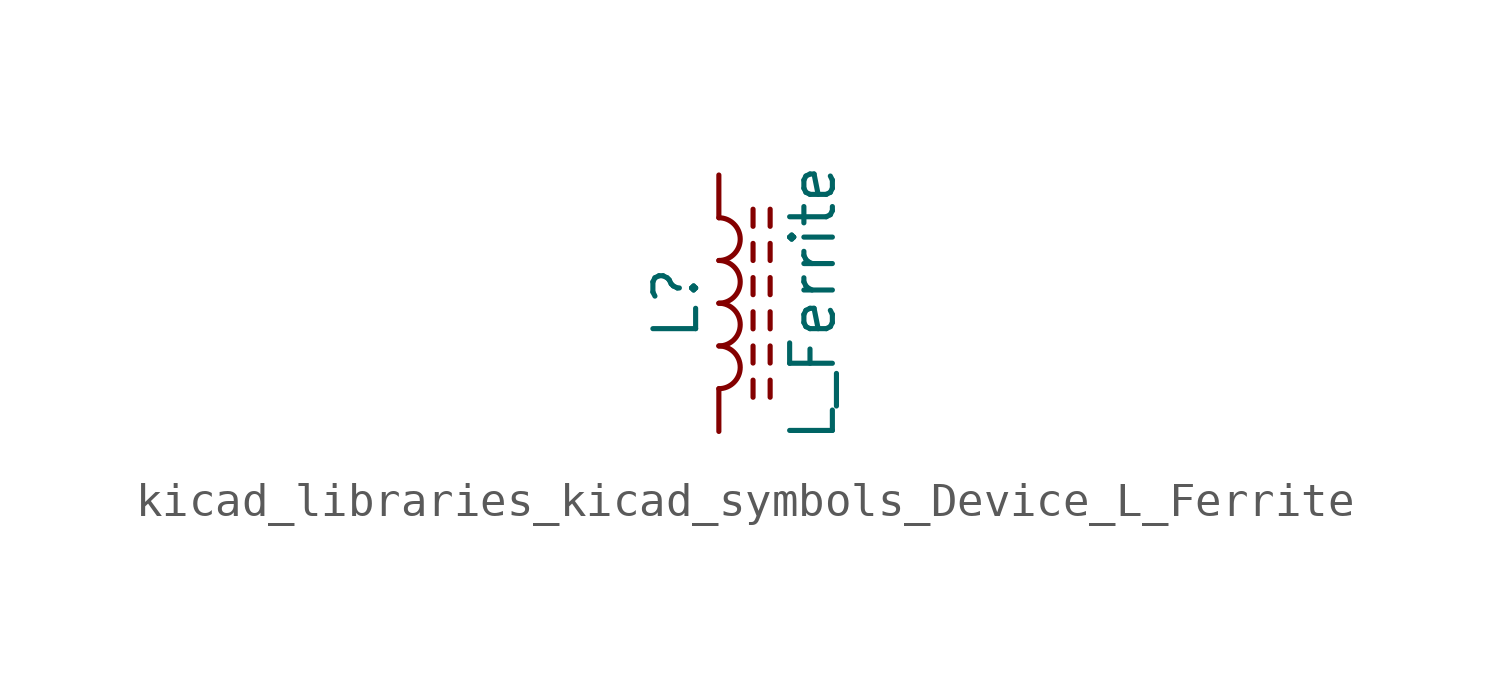
<source format=kicad_sym>
(kicad_symbol_lib
  (version 20220914)
  (generator kicad_symbol_editor)
  (symbol "kicad_libraries_kicad_symbols_Device_L_Ferrite"
    (pin_numbers hide)
    (pin_names
      (offset 1.016) hide)
    (property "Reference" "L"
      (at -1.27 0 90)
      (effects (font (size 1.27 1.27))))
    (property "Value" "L_Ferrite"
      (at 2.794 0 90)
      (effects (font (size 1.27 1.27))))
    (symbol "kicad_libraries_kicad_symbols_Device_L_Ferrite_0_1"
      (arc (start 0 -2.54) (mid 0.6323 -1.905) (end 0 -1.27) (stroke (width 0) (type default)) (fill (type none)))
      (arc (start 0 -1.27) (mid 0.6323 -0.635) (end 0 0) (stroke (width 0) (type default)) (fill (type none)))
      (polyline (pts (xy 1.016 -2.794) (xy 1.016 -2.286)) (stroke (width 0) (type default)) (fill (type none)))
      (polyline (pts (xy 1.016 -1.778) (xy 1.016 -1.27)) (stroke (width 0) (type default)) (fill (type none)))
      (polyline (pts (xy 1.016 -0.762) (xy 1.016 -0.254)) (stroke (width 0) (type default)) (fill (type none)))
      (polyline (pts (xy 1.016 0.254) (xy 1.016 0.762)) (stroke (width 0) (type default)) (fill (type none)))
      (polyline (pts (xy 1.016 1.27) (xy 1.016 1.778)) (stroke (width 0) (type default)) (fill (type none)))
      (polyline (pts (xy 1.016 2.286) (xy 1.016 2.794)) (stroke (width 0) (type default)) (fill (type none)))
      (polyline (pts (xy 1.524 -2.286) (xy 1.524 -2.794)) (stroke (width 0) (type default)) (fill (type none)))
      (polyline (pts (xy 1.524 -1.27) (xy 1.524 -1.778)) (stroke (width 0) (type default)) (fill (type none)))
      (polyline (pts (xy 1.524 -0.254) (xy 1.524 -0.762)) (stroke (width 0) (type default)) (fill (type none)))
      (polyline (pts (xy 1.524 0.762) (xy 1.524 0.254)) (stroke (width 0) (type default)) (fill (type none)))
      (polyline (pts (xy 1.524 1.778) (xy 1.524 1.27)) (stroke (width 0) (type default)) (fill (type none)))
      (polyline (pts (xy 1.524 2.794) (xy 1.524 2.286)) (stroke (width 0) (type default)) (fill (type none)))
      (arc (start 0 0) (mid 0.6323 0.635) (end 0 1.27) (stroke (width 0) (type default)) (fill (type none)))
      (arc (start 0 1.27) (mid 0.6323 1.905) (end 0 2.54) (stroke (width 0) (type default)) (fill (type none))))
    (symbol "kicad_libraries_kicad_symbols_Device_L_Ferrite_1_1"
      (pin passive line (at 0 3.81 270) (length 1.27) (name "1" (effects (font (size 1.27 1.27)))) (number "1" (effects (font (size 1.27 1.27)))))
      (pin passive line (at 0 -3.81 90) (length 1.27) (name "2" (effects (font (size 1.27 1.27)))) (number "2" (effects (font (size 1.27 1.27))))))))
</source>
